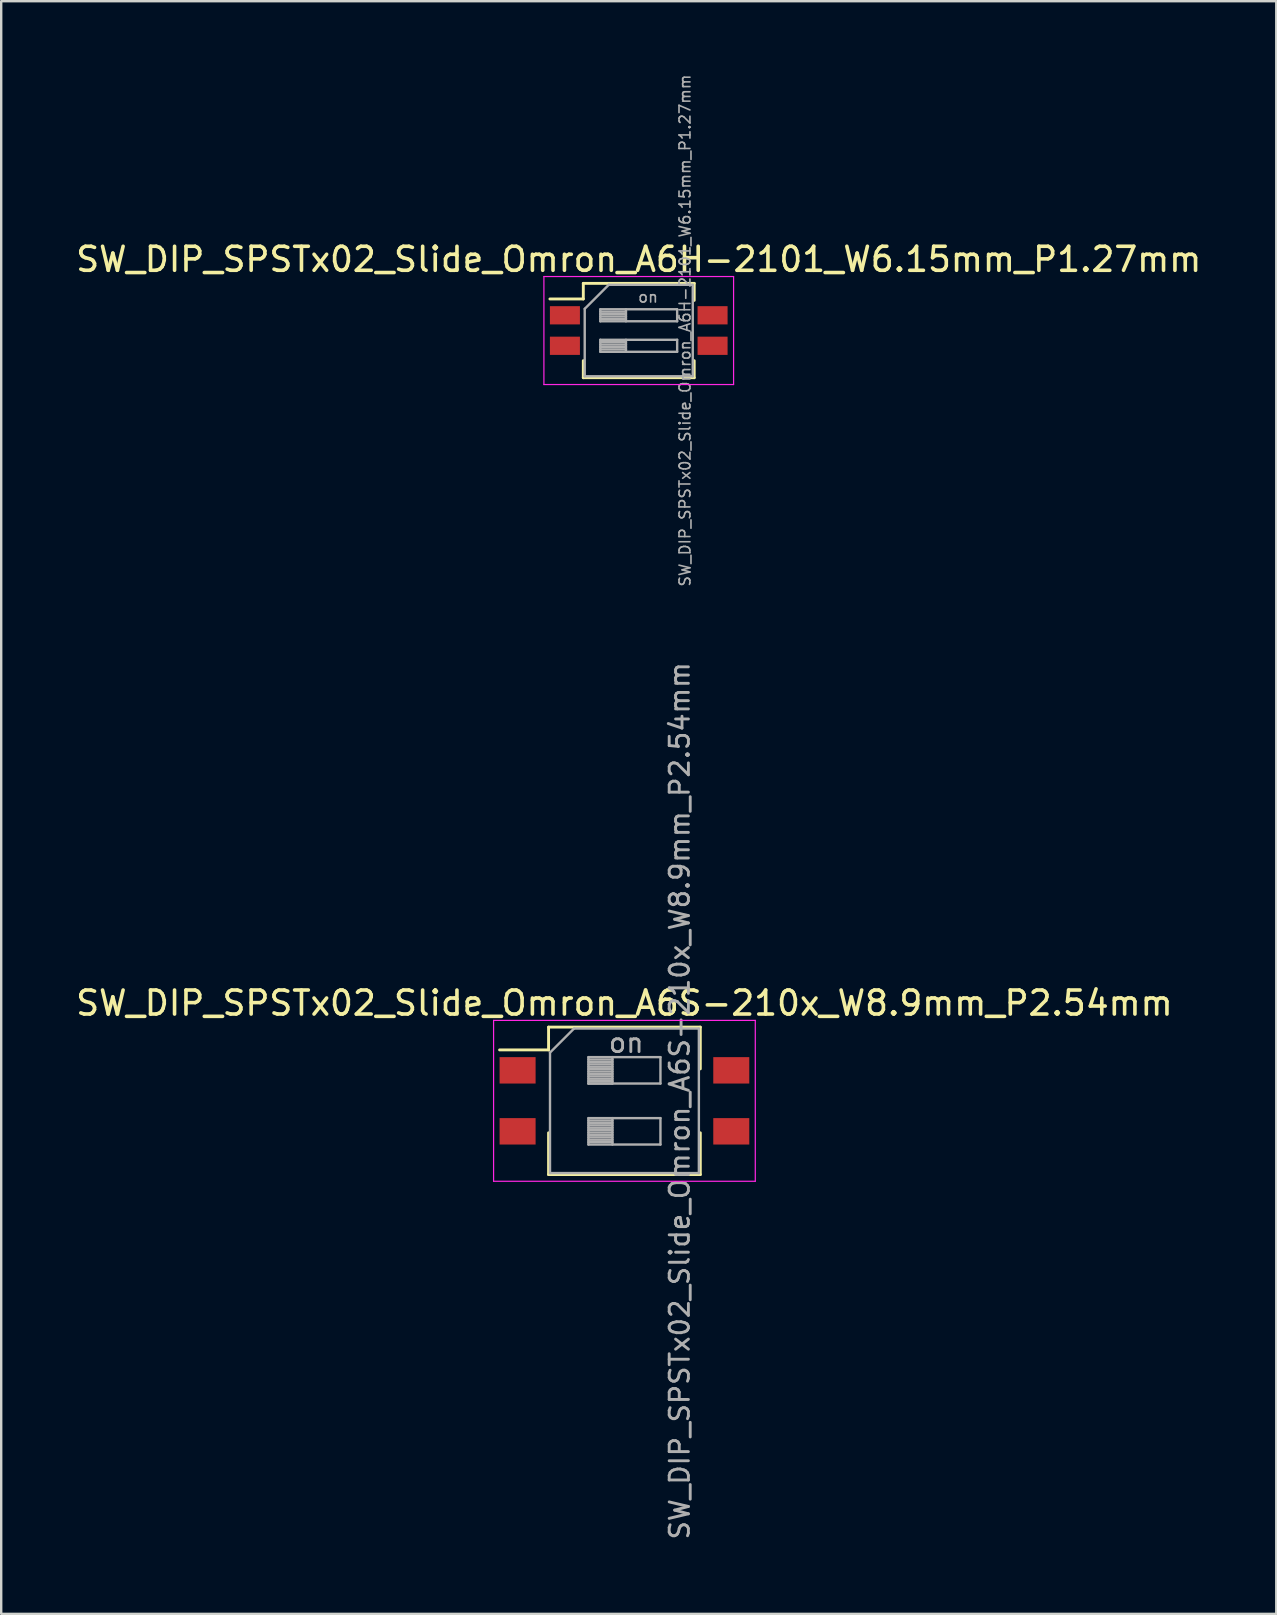
<source format=kicad_pcb>
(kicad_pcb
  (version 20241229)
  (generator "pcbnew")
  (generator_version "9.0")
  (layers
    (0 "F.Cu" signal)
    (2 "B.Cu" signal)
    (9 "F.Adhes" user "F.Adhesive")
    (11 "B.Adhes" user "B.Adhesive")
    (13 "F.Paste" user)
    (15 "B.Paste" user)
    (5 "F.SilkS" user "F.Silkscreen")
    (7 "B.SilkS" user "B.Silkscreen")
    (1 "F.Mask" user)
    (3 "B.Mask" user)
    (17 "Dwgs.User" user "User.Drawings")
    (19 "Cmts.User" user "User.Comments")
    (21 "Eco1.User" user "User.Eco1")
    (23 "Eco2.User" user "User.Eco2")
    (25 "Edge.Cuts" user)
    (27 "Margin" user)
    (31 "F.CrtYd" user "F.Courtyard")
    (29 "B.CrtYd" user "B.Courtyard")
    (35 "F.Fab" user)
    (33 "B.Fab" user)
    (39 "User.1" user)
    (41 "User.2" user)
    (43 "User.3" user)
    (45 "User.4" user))
  (footprint "SW_DIP_SPSTx02_Slide_Omron_A6H-2101_W6.15mm_P1.27mm"
    (layer "F.Cu")
    (at 23.554 10.717)
    (property "Reference" "SW_DIP_SPSTx02_Slide_Omron_A6H-2101_W6.15mm_P1.27mm" (at 0 -2.965 0) (layer "F.SilkS") (effects (font (size 1 1) (thickness 0.15))))
    (attr smd)
    (fp_line (start -3.7 -1.315) (end -2.309 -1.315) (stroke (width 0.12) (type solid)) (layer "F.SilkS"))
    (fp_line (start -2.309 -1.965) (end -2.309 -1.315) (stroke (width 0.12) (type solid)) (layer "F.SilkS"))
    (fp_line (start -2.309 -1.965) (end 2.31 -1.965) (stroke (width 0.12) (type solid)) (layer "F.SilkS"))
    (fp_line (start -2.309 1.255) (end -2.309 1.965) (stroke (width 0.12) (type solid)) (layer "F.SilkS"))
    (fp_line (start -2.309 1.965) (end 2.31 1.965) (stroke (width 0.12) (type solid)) (layer "F.SilkS"))
    (fp_line (start 2.31 -1.965) (end 2.31 -1.255) (stroke (width 0.12) (type solid)) (layer "F.SilkS"))
    (fp_line (start 2.31 1.255) (end 2.31 1.965) (stroke (width 0.12) (type solid)) (layer "F.SilkS"))
    (fp_line (start -3.95 -2.25) (end -3.95 2.25) (stroke (width 0.05) (type solid)) (layer "F.CrtYd"))
    (fp_line (start -3.95 2.25) (end 3.95 2.25) (stroke (width 0.05) (type solid)) (layer "F.CrtYd"))
    (fp_line (start 3.95 -2.25) (end -3.95 -2.25) (stroke (width 0.05) (type solid)) (layer "F.CrtYd"))
    (fp_line (start 3.95 2.25) (end 3.95 -2.25) (stroke (width 0.05) (type solid)) (layer "F.CrtYd"))
    (fp_line (start -2.25 -0.905) (end -1.25 -1.905) (stroke (width 0.1) (type solid)) (layer "F.Fab"))
    (fp_line (start -2.25 1.905) (end -2.25 -0.905) (stroke (width 0.1) (type solid)) (layer "F.Fab"))
    (fp_line (start -1.6 -0.885) (end -1.6 -0.385) (stroke (width 0.1) (type solid)) (layer "F.Fab"))
    (fp_line (start -1.6 -0.785) (end -0.533 -0.785) (stroke (width 0.1) (type solid)) (layer "F.Fab"))
    (fp_line (start -1.6 -0.685) (end -0.533 -0.685) (stroke (width 0.1) (type solid)) (layer "F.Fab"))
    (fp_line (start -1.6 -0.585) (end -0.533 -0.585) (stroke (width 0.1) (type solid)) (layer "F.Fab"))
    (fp_line (start -1.6 -0.485) (end -0.533 -0.485) (stroke (width 0.1) (type solid)) (layer "F.Fab"))
    (fp_line (start -1.6 -0.385) (end 1.6 -0.385) (stroke (width 0.1) (type solid)) (layer "F.Fab"))
    (fp_line (start -1.6 0.385) (end -1.6 0.885) (stroke (width 0.1) (type solid)) (layer "F.Fab"))
    (fp_line (start -1.6 0.485) (end -0.533 0.485) (stroke (width 0.1) (type solid)) (layer "F.Fab"))
    (fp_line (start -1.6 0.585) (end -0.533 0.585) (stroke (width 0.1) (type solid)) (layer "F.Fab"))
    (fp_line (start -1.6 0.685) (end -0.533 0.685) (stroke (width 0.1) (type solid)) (layer "F.Fab"))
    (fp_line (start -1.6 0.785) (end -0.533 0.785) (stroke (width 0.1) (type solid)) (layer "F.Fab"))
    (fp_line (start -1.6 0.885) (end 1.6 0.885) (stroke (width 0.1) (type solid)) (layer "F.Fab"))
    (fp_line (start -1.25 -1.905) (end 2.25 -1.905) (stroke (width 0.1) (type solid)) (layer "F.Fab"))
    (fp_line (start -0.533 -0.885) (end -0.533 -0.385) (stroke (width 0.1) (type solid)) (layer "F.Fab"))
    (fp_line (start -0.533 0.385) (end -0.533 0.885) (stroke (width 0.1) (type solid)) (layer "F.Fab"))
    (fp_line (start 1.6 -0.885) (end -1.6 -0.885) (stroke (width 0.1) (type solid)) (layer "F.Fab"))
    (fp_line (start 1.6 -0.385) (end 1.6 -0.885) (stroke (width 0.1) (type solid)) (layer "F.Fab"))
    (fp_line (start 1.6 0.385) (end -1.6 0.385) (stroke (width 0.1) (type solid)) (layer "F.Fab"))
    (fp_line (start 1.6 0.885) (end 1.6 0.385) (stroke (width 0.1) (type solid)) (layer "F.Fab"))
    (fp_line (start 2.25 -1.905) (end 2.25 1.905) (stroke (width 0.1) (type solid)) (layer "F.Fab"))
    (fp_line (start 2.25 1.905) (end -2.25 1.905) (stroke (width 0.1) (type solid)) (layer "F.Fab"))
    (fp_text user "on" (at 0.388 -1.395 0) (layer "F.Fab") (effects (font (size 0.455 0.455) (thickness 0.068))))
    (fp_text user "${REFERENCE}" (at 1.925 0 90) (layer "F.Fab") (effects (font (size 0.455 0.455) (thickness 0.068))))
    (pad "1" smd rect (at -3.075 -0.635) (size 1.25 0.76) (layers "F.Cu" "F.Mask" "F.Paste"))
    (pad "2" smd rect (at -3.075 0.635) (size 1.25 0.76) (layers "F.Cu" "F.Mask" "F.Paste"))
    (pad "3" smd rect (at 3.075 0.635) (size 1.25 0.76) (layers "F.Cu" "F.Mask" "F.Paste"))
    (pad "4" smd rect (at 3.075 -0.635) (size 1.25 0.76) (layers "F.Cu" "F.Mask" "F.Paste")))
  (footprint "SW_DIP_SPSTx02_Slide_Omron_A6S-210x_W8.9mm_P2.54mm"
    (layer "F.Cu")
    (at 22.958 42.8)
    (property "Reference" "SW_DIP_SPSTx02_Slide_Omron_A6S-210x_W8.9mm_P2.54mm" (at 0 -4.07 0) (layer "F.SilkS") (effects (font (size 1 1) (thickness 0.15))))
    (attr smd)
    (fp_line (start -5.2 -2.121) (end -3.16 -2.121) (stroke (width 0.12) (type solid)) (layer "F.SilkS"))
    (fp_line (start -3.16 -3.07) (end -3.16 -2.121) (stroke (width 0.12) (type solid)) (layer "F.SilkS"))
    (fp_line (start -3.16 -3.07) (end 3.16 -3.07) (stroke (width 0.12) (type solid)) (layer "F.SilkS"))
    (fp_line (start -3.16 1.331) (end -3.16 3.071) (stroke (width 0.12) (type solid)) (layer "F.SilkS"))
    (fp_line (start -3.16 3.071) (end 3.16 3.071) (stroke (width 0.12) (type solid)) (layer "F.SilkS"))
    (fp_line (start 3.16 -3.07) (end 3.16 -1.331) (stroke (width 0.12) (type solid)) (layer "F.SilkS"))
    (fp_line (start 3.16 1.331) (end 3.16 3.071) (stroke (width 0.12) (type solid)) (layer "F.SilkS"))
    (fp_line (start -5.45 -3.35) (end -5.45 3.35) (stroke (width 0.05) (type solid)) (layer "F.CrtYd"))
    (fp_line (start -5.45 3.35) (end 5.45 3.35) (stroke (width 0.05) (type solid)) (layer "F.CrtYd"))
    (fp_line (start 5.45 -3.35) (end -5.45 -3.35) (stroke (width 0.05) (type solid)) (layer "F.CrtYd"))
    (fp_line (start 5.45 3.35) (end 5.45 -3.35) (stroke (width 0.05) (type solid)) (layer "F.CrtYd"))
    (fp_line (start -3.1 -2.01) (end -2.1 -3.01) (stroke (width 0.1) (type solid)) (layer "F.Fab"))
    (fp_line (start -3.1 3.01) (end -3.1 -2.01) (stroke (width 0.1) (type solid)) (layer "F.Fab"))
    (fp_line (start -2.1 -3.01) (end 3.1 -3.01) (stroke (width 0.1) (type solid)) (layer "F.Fab"))
    (fp_line (start -1.5 -1.82) (end -1.5 -0.72) (stroke (width 0.1) (type solid)) (layer "F.Fab"))
    (fp_line (start -1.5 -1.72) (end -0.5 -1.72) (stroke (width 0.1) (type solid)) (layer "F.Fab"))
    (fp_line (start -1.5 -1.62) (end -0.5 -1.62) (stroke (width 0.1) (type solid)) (layer "F.Fab"))
    (fp_line (start -1.5 -1.52) (end -0.5 -1.52) (stroke (width 0.1) (type solid)) (layer "F.Fab"))
    (fp_line (start -1.5 -1.42) (end -0.5 -1.42) (stroke (width 0.1) (type solid)) (layer "F.Fab"))
    (fp_line (start -1.5 -1.32) (end -0.5 -1.32) (stroke (width 0.1) (type solid)) (layer "F.Fab"))
    (fp_line (start -1.5 -1.22) (end -0.5 -1.22) (stroke (width 0.1) (type solid)) (layer "F.Fab"))
    (fp_line (start -1.5 -1.12) (end -0.5 -1.12) (stroke (width 0.1) (type solid)) (layer "F.Fab"))
    (fp_line (start -1.5 -1.02) (end -0.5 -1.02) (stroke (width 0.1) (type solid)) (layer "F.Fab"))
    (fp_line (start -1.5 -0.92) (end -0.5 -0.92) (stroke (width 0.1) (type solid)) (layer "F.Fab"))
    (fp_line (start -1.5 -0.82) (end -0.5 -0.82) (stroke (width 0.1) (type solid)) (layer "F.Fab"))
    (fp_line (start -1.5 -0.72) (end -0.5 -0.72) (stroke (width 0.1) (type solid)) (layer "F.Fab"))
    (fp_line (start -1.5 -0.72) (end 1.5 -0.72) (stroke (width 0.1) (type solid)) (layer "F.Fab"))
    (fp_line (start -1.5 0.72) (end -1.5 1.82) (stroke (width 0.1) (type solid)) (layer "F.Fab"))
    (fp_line (start -1.5 0.82) (end -0.5 0.82) (stroke (width 0.1) (type solid)) (layer "F.Fab"))
    (fp_line (start -1.5 0.92) (end -0.5 0.92) (stroke (width 0.1) (type solid)) (layer "F.Fab"))
    (fp_line (start -1.5 1.02) (end -0.5 1.02) (stroke (width 0.1) (type solid)) (layer "F.Fab"))
    (fp_line (start -1.5 1.12) (end -0.5 1.12) (stroke (width 0.1) (type solid)) (layer "F.Fab"))
    (fp_line (start -1.5 1.22) (end -0.5 1.22) (stroke (width 0.1) (type solid)) (layer "F.Fab"))
    (fp_line (start -1.5 1.32) (end -0.5 1.32) (stroke (width 0.1) (type solid)) (layer "F.Fab"))
    (fp_line (start -1.5 1.42) (end -0.5 1.42) (stroke (width 0.1) (type solid)) (layer "F.Fab"))
    (fp_line (start -1.5 1.52) (end -0.5 1.52) (stroke (width 0.1) (type solid)) (layer "F.Fab"))
    (fp_line (start -1.5 1.62) (end -0.5 1.62) (stroke (width 0.1) (type solid)) (layer "F.Fab"))
    (fp_line (start -1.5 1.72) (end -0.5 1.72) (stroke (width 0.1) (type solid)) (layer "F.Fab"))
    (fp_line (start -1.5 1.82) (end 1.5 1.82) (stroke (width 0.1) (type solid)) (layer "F.Fab"))
    (fp_line (start -0.5 -1.82) (end -0.5 -0.72) (stroke (width 0.1) (type solid)) (layer "F.Fab"))
    (fp_line (start -0.5 0.72) (end -0.5 1.82) (stroke (width 0.1) (type solid)) (layer "F.Fab"))
    (fp_line (start 1.5 -1.82) (end -1.5 -1.82) (stroke (width 0.1) (type solid)) (layer "F.Fab"))
    (fp_line (start 1.5 -0.72) (end 1.5 -1.82) (stroke (width 0.1) (type solid)) (layer "F.Fab"))
    (fp_line (start 1.5 0.72) (end -1.5 0.72) (stroke (width 0.1) (type solid)) (layer "F.Fab"))
    (fp_line (start 1.5 1.82) (end 1.5 0.72) (stroke (width 0.1) (type solid)) (layer "F.Fab"))
    (fp_line (start 3.1 -3.01) (end 3.1 3.01) (stroke (width 0.1) (type solid)) (layer "F.Fab"))
    (fp_line (start 3.1 3.01) (end -3.1 3.01) (stroke (width 0.1) (type solid)) (layer "F.Fab"))
    (fp_text user "${REFERENCE}" (at 2.3 0 90) (layer "F.Fab") (effects (font (size 0.8 0.8) (thickness 0.12))))
    (fp_text user "on" (at 0.075 -2.415 0) (layer "F.Fab") (effects (font (size 0.8 0.8) (thickness 0.12))))
    (pad "1" smd rect (at -4.45 -1.27) (size 1.5 1.1) (layers "F.Cu" "F.Mask" "F.Paste"))
    (pad "2" smd rect (at -4.45 1.27) (size 1.5 1.1) (layers "F.Cu" "F.Mask" "F.Paste"))
    (pad "3" smd rect (at 4.45 1.27) (size 1.5 1.1) (layers "F.Cu" "F.Mask" "F.Paste"))
    (pad "4" smd rect (at 4.45 -1.27) (size 1.5 1.1) (layers "F.Cu" "F.Mask" "F.Paste")))
  (gr_rect
    (start -3 -3)
    (end 50.107 64.167)
    (stroke (width 0.1) (type default))
    (fill no)
    (layer "Edge.Cuts")))
</source>
